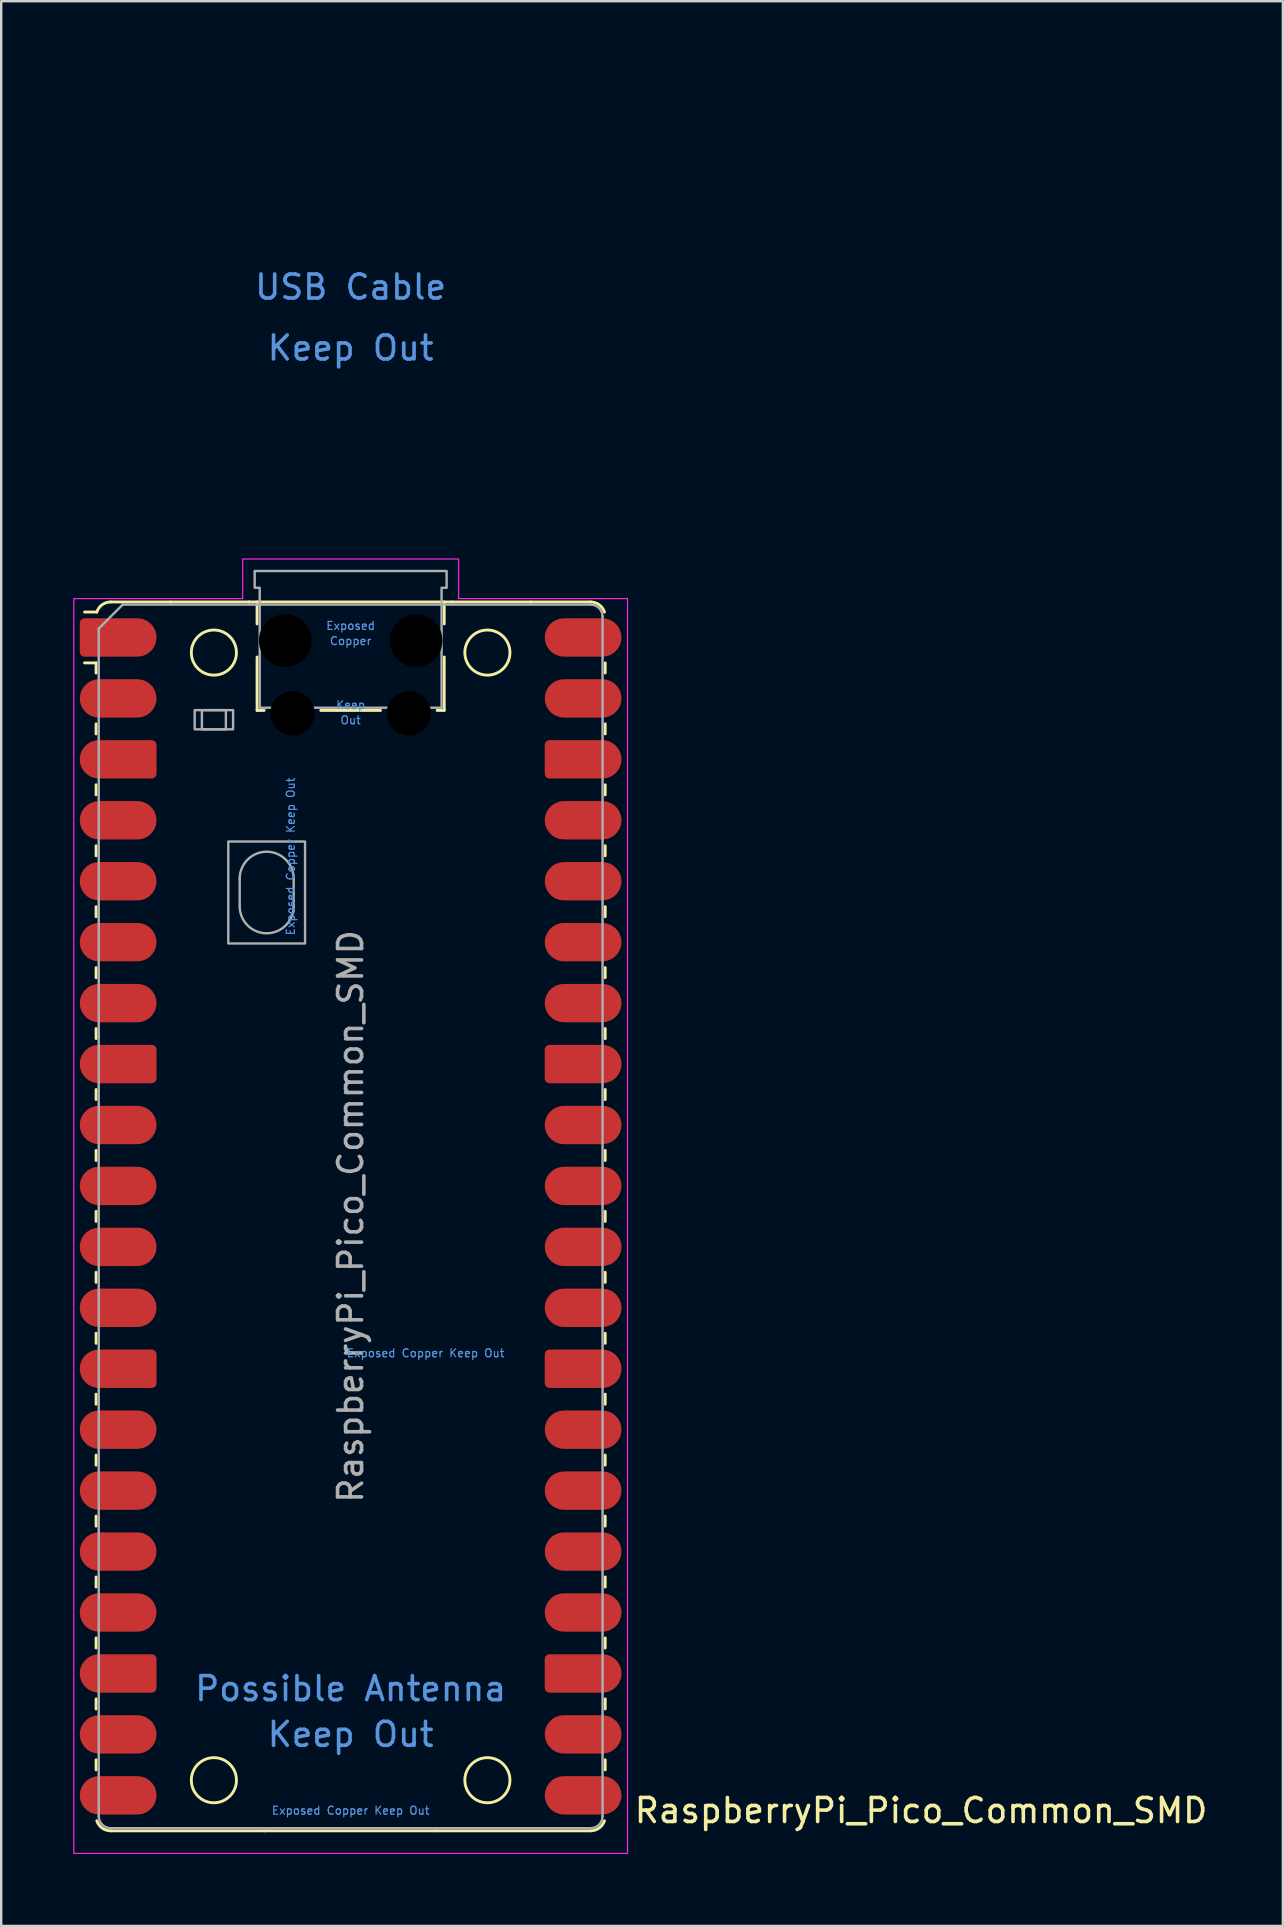
<source format=kicad_pcb>
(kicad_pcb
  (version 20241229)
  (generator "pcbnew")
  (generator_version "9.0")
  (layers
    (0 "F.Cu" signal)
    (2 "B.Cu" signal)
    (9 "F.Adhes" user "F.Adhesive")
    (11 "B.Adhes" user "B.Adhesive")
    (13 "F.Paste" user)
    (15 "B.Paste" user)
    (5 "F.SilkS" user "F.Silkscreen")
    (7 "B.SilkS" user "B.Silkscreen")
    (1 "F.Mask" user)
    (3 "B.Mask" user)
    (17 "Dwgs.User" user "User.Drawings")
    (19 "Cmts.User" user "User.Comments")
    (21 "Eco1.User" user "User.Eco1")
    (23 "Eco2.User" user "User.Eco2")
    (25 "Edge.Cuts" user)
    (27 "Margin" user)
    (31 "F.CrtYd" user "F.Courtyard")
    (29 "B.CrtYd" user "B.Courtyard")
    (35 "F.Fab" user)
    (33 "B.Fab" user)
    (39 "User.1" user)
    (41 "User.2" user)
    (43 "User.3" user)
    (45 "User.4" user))
  (footprint "RaspberryPi_Pico_Common_SMD"
    (layer "F.Cu")
    (at 11.565 47.65)
    (property "Reference" "RaspberryPi_Pico_Common_SMD" (at 11.748 24.765 0) (unlocked yes) (layer "F.SilkS") (effects (font (size 1 1) (thickness 0.15)) (justify left)))
    (attr smd)
    (fp_line (start -10.61 -23.07) (end -11.09 -23.07) (stroke (width 0.12) (type solid)) (layer "F.SilkS"))
    (fp_line (start -10.61 -23.07) (end -10.61 -22.65) (stroke (width 0.12) (type solid)) (layer "F.SilkS"))
    (fp_line (start -10.61 -20.53) (end -10.61 -20.11) (stroke (width 0.12) (type solid)) (layer "F.SilkS"))
    (fp_line (start -10.61 -17.99) (end -10.61 -17.57) (stroke (width 0.12) (type solid)) (layer "F.SilkS"))
    (fp_line (start -10.61 -15.45) (end -10.61 -15.03) (stroke (width 0.12) (type solid)) (layer "F.SilkS"))
    (fp_line (start -10.61 -12.91) (end -10.61 -12.49) (stroke (width 0.12) (type solid)) (layer "F.SilkS"))
    (fp_line (start -10.61 -10.37) (end -10.61 -9.95) (stroke (width 0.12) (type solid)) (layer "F.SilkS"))
    (fp_line (start -10.61 -7.83) (end -10.61 -7.41) (stroke (width 0.12) (type solid)) (layer "F.SilkS"))
    (fp_line (start -10.61 -5.29) (end -10.61 -4.87) (stroke (width 0.12) (type solid)) (layer "F.SilkS"))
    (fp_line (start -10.61 -2.75) (end -10.61 -2.33) (stroke (width 0.12) (type solid)) (layer "F.SilkS"))
    (fp_line (start -10.61 -0.21) (end -10.61 0.21) (stroke (width 0.12) (type solid)) (layer "F.SilkS"))
    (fp_line (start -10.61 2.33) (end -10.61 2.75) (stroke (width 0.12) (type solid)) (layer "F.SilkS"))
    (fp_line (start -10.61 4.87) (end -10.61 5.29) (stroke (width 0.12) (type solid)) (layer "F.SilkS"))
    (fp_line (start -10.61 7.41) (end -10.61 7.83) (stroke (width 0.12) (type solid)) (layer "F.SilkS"))
    (fp_line (start -10.61 9.95) (end -10.61 10.37) (stroke (width 0.12) (type solid)) (layer "F.SilkS"))
    (fp_line (start -10.61 12.49) (end -10.61 12.91) (stroke (width 0.12) (type solid)) (layer "F.SilkS"))
    (fp_line (start -10.61 15.03) (end -10.61 15.45) (stroke (width 0.12) (type solid)) (layer "F.SilkS"))
    (fp_line (start -10.61 17.57) (end -10.61 17.99) (stroke (width 0.12) (type solid)) (layer "F.SilkS"))
    (fp_line (start -10.61 20.11) (end -10.61 20.53) (stroke (width 0.12) (type solid)) (layer "F.SilkS"))
    (fp_line (start -10.61 22.65) (end -10.61 23.07) (stroke (width 0.12) (type solid)) (layer "F.SilkS"))
    (fp_line (start -10.58 -25.19) (end -11.09 -25.19) (stroke (width 0.12) (type solid)) (layer "F.SilkS"))
    (fp_line (start -10 -25.61) (end -7.51 -25.61) (stroke (width 0.12) (type solid)) (layer "F.SilkS"))
    (fp_line (start -10 25.61) (end -3.6 25.61) (stroke (width 0.12) (type solid)) (layer "F.SilkS"))
    (fp_line (start -7.51 -25.61) (end -4.235 -25.61) (stroke (width 0.12) (type solid)) (layer "F.SilkS"))
    (fp_line (start -4.235 -25.61) (end 4.235 -25.61) (stroke (width 0.12) (type solid)) (layer "F.SilkS"))
    (fp_line (start -3.9 -25.61) (end -3.9 -24.694) (stroke (width 0.12) (type solid)) (layer "F.SilkS"))
    (fp_line (start -3.9 -23.315) (end -3.9 -21.09) (stroke (width 0.12) (type solid)) (layer "F.SilkS"))
    (fp_line (start -3.9 -21.09) (end -3.604 -21.09) (stroke (width 0.12) (type solid)) (layer "F.SilkS"))
    (fp_line (start -1.246 -21.09) (end 1.246 -21.09) (stroke (width 0.12) (type solid)) (layer "F.SilkS"))
    (fp_line (start 3.6 25.61) (end -3.6 25.61) (stroke (width 0.12) (type solid)) (layer "F.SilkS"))
    (fp_line (start 3.6 25.61) (end 10 25.61) (stroke (width 0.12) (type solid)) (layer "F.SilkS"))
    (fp_line (start 3.604 -21.09) (end 3.9 -21.09) (stroke (width 0.12) (type solid)) (layer "F.SilkS"))
    (fp_line (start 3.9 -25.61) (end 3.9 -24.694) (stroke (width 0.12) (type solid)) (layer "F.SilkS"))
    (fp_line (start 3.9 -23.315) (end 3.9 -21.09) (stroke (width 0.12) (type solid)) (layer "F.SilkS"))
    (fp_line (start 4.235 -25.61) (end 7.51 -25.61) (stroke (width 0.12) (type solid)) (layer "F.SilkS"))
    (fp_line (start 10 -25.61) (end 7.51 -25.61) (stroke (width 0.12) (type solid)) (layer "F.SilkS"))
    (fp_line (start 10.61 -23.07) (end 10.61 -22.65) (stroke (width 0.12) (type solid)) (layer "F.SilkS"))
    (fp_line (start 10.61 -20.53) (end 10.61 -20.11) (stroke (width 0.12) (type solid)) (layer "F.SilkS"))
    (fp_line (start 10.61 -17.99) (end 10.61 -17.57) (stroke (width 0.12) (type solid)) (layer "F.SilkS"))
    (fp_line (start 10.61 -15.45) (end 10.61 -15.03) (stroke (width 0.12) (type solid)) (layer "F.SilkS"))
    (fp_line (start 10.61 -12.91) (end 10.61 -12.49) (stroke (width 0.12) (type solid)) (layer "F.SilkS"))
    (fp_line (start 10.61 -10.37) (end 10.61 -9.95) (stroke (width 0.12) (type solid)) (layer "F.SilkS"))
    (fp_line (start 10.61 -7.83) (end 10.61 -7.41) (stroke (width 0.12) (type solid)) (layer "F.SilkS"))
    (fp_line (start 10.61 -5.29) (end 10.61 -4.87) (stroke (width 0.12) (type solid)) (layer "F.SilkS"))
    (fp_line (start 10.61 -2.75) (end 10.61 -2.33) (stroke (width 0.12) (type solid)) (layer "F.SilkS"))
    (fp_line (start 10.61 -0.21) (end 10.61 0.21) (stroke (width 0.12) (type solid)) (layer "F.SilkS"))
    (fp_line (start 10.61 2.33) (end 10.61 2.75) (stroke (width 0.12) (type solid)) (layer "F.SilkS"))
    (fp_line (start 10.61 4.87) (end 10.61 5.29) (stroke (width 0.12) (type solid)) (layer "F.SilkS"))
    (fp_line (start 10.61 7.41) (end 10.61 7.83) (stroke (width 0.12) (type solid)) (layer "F.SilkS"))
    (fp_line (start 10.61 9.95) (end 10.61 10.37) (stroke (width 0.12) (type solid)) (layer "F.SilkS"))
    (fp_line (start 10.61 12.49) (end 10.61 12.91) (stroke (width 0.12) (type solid)) (layer "F.SilkS"))
    (fp_line (start 10.61 15.03) (end 10.61 15.45) (stroke (width 0.12) (type solid)) (layer "F.SilkS"))
    (fp_line (start 10.61 17.57) (end 10.61 17.99) (stroke (width 0.12) (type solid)) (layer "F.SilkS"))
    (fp_line (start 10.61 20.11) (end 10.61 20.53) (stroke (width 0.12) (type solid)) (layer "F.SilkS"))
    (fp_line (start 10.61 22.65) (end 10.61 23.07) (stroke (width 0.12) (type solid)) (layer "F.SilkS"))
    (fp_arc (start -10.579676 -25.19) (mid -10.357938 -25.493944) (end -10 -25.61) (stroke (width 0.12) (type solid)) (layer "F.SilkS"))
    (fp_arc (start -10 25.61) (mid -10.357937 25.493944) (end -10.579676 25.189937) (stroke (width 0.12) (type solid)) (layer "F.SilkS"))
    (fp_arc (start 10 -25.61) (mid 10.357937 -25.493944) (end 10.579676 -25.189937) (stroke (width 0.12) (type solid)) (layer "F.SilkS"))
    (fp_arc (start 10.579676 25.189937) (mid 10.357946 25.493957) (end 10 25.61) (stroke (width 0.12) (type solid)) (layer "F.SilkS"))
    (fp_circle (center -5.7 -23.5) (end -4.76 -23.5) (stroke (width 0.12) (type solid)) (fill no) (layer "F.SilkS"))
    (fp_circle (center -5.7 23.5) (end -4.76 23.5) (stroke (width 0.12) (type solid)) (fill no) (layer "F.SilkS"))
    (fp_circle (center 5.7 -23.5) (end 6.64 -23.5) (stroke (width 0.12) (type solid)) (fill no) (layer "F.SilkS"))
    (fp_circle (center 5.7 23.5) (end 6.64 23.5) (stroke (width 0.12) (type solid)) (fill no) (layer "F.SilkS"))
    (fp_poly (pts (xy -4.5 -27.4) (xy 4.5 -27.4) (xy 4.5 -25.75) (xy 11.54 -25.75) (xy 11.54 26.55) (xy -11.54 26.55) (xy -11.54 -25.75) (xy -4.5 -25.75)) (stroke (width 0.05) (type solid)) (fill no) (layer "F.CrtYd"))
    (fp_line (start -10.5 -24.5) (end -9.5 -25.5) (stroke (width 0.1) (type solid)) (layer "F.Fab"))
    (fp_line (start -10.5 25) (end -10.5 -24.5) (stroke (width 0.1) (type solid)) (layer "F.Fab"))
    (fp_line (start -9.5 -25.5) (end 10 -25.5) (stroke (width 0.1) (type solid)) (layer "F.Fab"))
    (fp_line (start -4.625 -14.075) (end -4.625 -12.925) (stroke (width 0.1) (type solid)) (layer "F.Fab"))
    (fp_line (start -2.375 -14.075) (end -2.375 -12.925) (stroke (width 0.1) (type solid)) (layer "F.Fab"))
    (fp_line (start 10 25.5) (end -10 25.5) (stroke (width 0.1) (type solid)) (layer "F.Fab"))
    (fp_line (start 10.5 -25) (end 10.5 25) (stroke (width 0.1) (type solid)) (layer "F.Fab"))
    (fp_rect (start -6.5 -21.1) (end -4.9 -20.3) (stroke (width 0.1) (type solid)) (fill no) (layer "F.Fab"))
    (fp_rect (start -6.2 -21.1) (end -5.2 -20.3) (stroke (width 0.1) (type solid)) (fill no) (layer "F.Fab"))
    (fp_rect (start -5.1 -15.625) (end -1.9 -11.375) (stroke (width 0.1) (type solid)) (fill no) (layer "F.Fab"))
    (fp_arc (start -10 25.5) (mid -10.353553 25.353553) (end -10.5 25) (stroke (width 0.1) (type solid)) (layer "F.Fab"))
    (fp_arc (start -4.625 -14.075) (mid -3.5 -15.2) (end -2.375 -14.075) (stroke (width 0.1) (type solid)) (layer "F.Fab"))
    (fp_arc (start -2.375 -12.925) (mid -3.5 -11.8) (end -4.625 -12.925) (stroke (width 0.1) (type solid)) (layer "F.Fab"))
    (fp_arc (start 10 -25.5) (mid 10.353553 -25.353553) (end 10.5 -25) (stroke (width 0.1) (type solid)) (layer "F.Fab"))
    (fp_arc (start 10.5 25) (mid 10.353553 25.353553) (end 10 25.5) (stroke (width 0.1) (type solid)) (layer "F.Fab"))
    (fp_poly (pts (xy 3.79 -21.2) (xy 3.79 -26.2) (xy 4 -26.2) (xy 4 -26.9) (xy -4 -26.9) (xy -4 -26.2) (xy -3.79 -26.2) (xy -3.79 -21.2)) (stroke (width 0.1) (type solid)) (fill no) (layer "F.Fab"))
    (fp_text user "Exposed Copper Keep Out" (at 0 24.765 0) (unlocked yes) (layer "Cmts.User") (effects (font (size 0.333 0.333) (thickness 0.05))))
    (fp_text user "Exposed" (at 0 -24.617 0) (unlocked yes) (layer "Cmts.User") (effects (font (size 0.333 0.333) (thickness 0.05))))
    (fp_text user "Keep Out" (at 0 21.59 0) (unlocked yes) (layer "Cmts.User") (effects (font (size 1 1) (thickness 0.15))))
    (fp_text user "Exposed Copper Keep Out" (at -2.5 -15 90) (unlocked yes) (layer "Cmts.User") (effects (font (size 0.333 0.333) (thickness 0.05))))
    (fp_text user "Possible Antenna" (at 0 19.685 0) (unlocked yes) (layer "Cmts.User") (effects (font (size 1 1) (thickness 0.15))))
    (fp_text user "USB Cable" (at 0 -38.735 0) (unlocked yes) (layer "Cmts.User") (effects (font (size 1 1) (thickness 0.15))))
    (fp_text user "Keep" (at 0 -21.317 0) (unlocked yes) (layer "Cmts.User") (effects (font (size 0.333 0.333) (thickness 0.05))))
    (fp_text user "Out" (at 0 -20.683 0) (unlocked yes) (layer "Cmts.User") (effects (font (size 0.333 0.333) (thickness 0.05))))
    (fp_text user "Copper" (at 0 -23.983 0) (unlocked yes) (layer "Cmts.User") (effects (font (size 0.333 0.333) (thickness 0.05))))
    (fp_text user "Exposed Copper Keep Out" (at 3.124 5.7 0) (unlocked yes) (layer "Cmts.User") (effects (font (size 0.333 0.333) (thickness 0.05))))
    (fp_text user "Keep Out" (at 0 -36.195 0) (unlocked yes) (layer "Cmts.User") (effects (font (size 1 1) (thickness 0.15))))
    (fp_text user "${REFERENCE}" (at 0 0 90) (layer "F.Fab") (effects (font (size 1 1) (thickness 0.15))))
    (pad "" np_thru_hole circle (at -2.725 -24) (size 2.2 2.2) (drill 2.2) (layers "*.Mask"))
    (pad "" np_thru_hole circle (at -2.425 -20.97) (size 1.85 1.85) (drill 1.85) (layers "*.Mask"))
    (pad "" np_thru_hole circle (at 2.425 -20.97) (size 1.85 1.85) (drill 1.85) (layers "*.Mask"))
    (pad "" np_thru_hole circle (at 2.725 -24) (size 2.2 2.2) (drill 2.2) (layers "*.Mask"))
    (pad "1" smd custom (at -8.89 -24.13) (size 1.6 1.6) (layers "F.Cu" "F.Mask" "F.Paste") (options (anchor circle)) (primitives (gr_poly (pts (xy -2.4 0.6) (xy -2.4 -0.6) (xy -2.2 -0.8) (xy 0 -0.8) (xy 0 0.8) (xy -2.2 0.8)) (width 0) (fill yes)) (gr_circle (center -2.2 0.6) (end -2 0.6) (width 0) (fill yes)) (gr_circle (center -2.2 -0.6) (end -2 -0.6) (width 0) (fill yes))))
    (pad "2" smd roundrect (at -8.89 -21.59) (size 3.2 1.6) (drill (offset -0.8 0)) (layers "F.Cu" "F.Mask" "F.Paste") (roundrect_rratio 0.5))
    (pad "3" smd custom (at -8.89 -19.05) (size 1.6 1.6) (layers "F.Cu" "F.Mask" "F.Paste") (options (anchor circle)) (primitives (gr_poly (pts (xy 0.8 -0.6) (xy 0.8 0.6) (xy 0.6 0.8) (xy -1.6 0.8) (xy -1.6 -0.8) (xy 0.6 -0.8)) (width 0) (fill yes)) (gr_circle (center 0.6 0.6) (end 0.8 0.6) (width 0) (fill yes)) (gr_circle (center 0.6 -0.6) (end 0.8 -0.6) (width 0) (fill yes)) (gr_circle (center -1.6 0) (end -0.8 0) (width 0) (fill yes))))
    (pad "4" smd roundrect (at -8.89 -16.51) (size 3.2 1.6) (drill (offset -0.8 0)) (layers "F.Cu" "F.Mask" "F.Paste") (roundrect_rratio 0.5))
    (pad "5" smd roundrect (at -8.89 -13.97) (size 3.2 1.6) (drill (offset -0.8 0)) (layers "F.Cu" "F.Mask" "F.Paste") (roundrect_rratio 0.5))
    (pad "6" smd roundrect (at -8.89 -11.43) (size 3.2 1.6) (drill (offset -0.8 0)) (layers "F.Cu" "F.Mask" "F.Paste") (roundrect_rratio 0.5))
    (pad "7" smd roundrect (at -8.89 -8.89) (size 3.2 1.6) (drill (offset -0.8 0)) (layers "F.Cu" "F.Mask" "F.Paste") (roundrect_rratio 0.5))
    (pad "8" smd custom (at -8.89 -6.35) (size 1.6 1.6) (layers "F.Cu" "F.Mask" "F.Paste") (options (anchor circle)) (primitives (gr_poly (pts (xy 0.8 -0.6) (xy 0.8 0.6) (xy 0.6 0.8) (xy -1.6 0.8) (xy -1.6 -0.8) (xy 0.6 -0.8)) (width 0) (fill yes)) (gr_circle (center 0.6 0.6) (end 0.8 0.6) (width 0) (fill yes)) (gr_circle (center 0.6 -0.6) (end 0.8 -0.6) (width 0) (fill yes)) (gr_circle (center -1.6 0) (end -0.8 0) (width 0) (fill yes))))
    (pad "9" smd roundrect (at -8.89 -3.81) (size 3.2 1.6) (drill (offset -0.8 0)) (layers "F.Cu" "F.Mask" "F.Paste") (roundrect_rratio 0.5))
    (pad "10" smd roundrect (at -8.89 -1.27) (size 3.2 1.6) (drill (offset -0.8 0)) (layers "F.Cu" "F.Mask" "F.Paste") (roundrect_rratio 0.5))
    (pad "11" smd roundrect (at -8.89 1.27) (size 3.2 1.6) (drill (offset -0.8 0)) (layers "F.Cu" "F.Mask" "F.Paste") (roundrect_rratio 0.5))
    (pad "12" smd roundrect (at -8.89 3.81) (size 3.2 1.6) (drill (offset -0.8 0)) (layers "F.Cu" "F.Mask" "F.Paste") (roundrect_rratio 0.5))
    (pad "13" smd custom (at -8.89 6.35) (size 1.6 1.6) (layers "F.Cu" "F.Mask" "F.Paste") (options (anchor circle)) (primitives (gr_poly (pts (xy 0.8 -0.6) (xy 0.8 0.6) (xy 0.6 0.8) (xy -1.6 0.8) (xy -1.6 -0.8) (xy 0.6 -0.8)) (width 0) (fill yes)) (gr_circle (center 0.6 0.6) (end 0.8 0.6) (width 0) (fill yes)) (gr_circle (center 0.6 -0.6) (end 0.8 -0.6) (width 0) (fill yes)) (gr_circle (center -1.6 0) (end -0.8 0) (width 0) (fill yes))))
    (pad "14" smd roundrect (at -8.89 8.89) (size 3.2 1.6) (drill (offset -0.8 0)) (layers "F.Cu" "F.Mask" "F.Paste") (roundrect_rratio 0.5))
    (pad "15" smd roundrect (at -8.89 11.43) (size 3.2 1.6) (drill (offset -0.8 0)) (layers "F.Cu" "F.Mask" "F.Paste") (roundrect_rratio 0.5))
    (pad "16" smd roundrect (at -8.89 13.97) (size 3.2 1.6) (drill (offset -0.8 0)) (layers "F.Cu" "F.Mask" "F.Paste") (roundrect_rratio 0.5))
    (pad "17" smd roundrect (at -8.89 16.51) (size 3.2 1.6) (drill (offset -0.8 0)) (layers "F.Cu" "F.Mask" "F.Paste") (roundrect_rratio 0.5))
    (pad "18" smd custom (at -8.89 19.05) (size 1.6 1.6) (layers "F.Cu" "F.Mask" "F.Paste") (options (anchor circle)) (primitives (gr_poly (pts (xy 0.8 -0.6) (xy 0.8 0.6) (xy 0.6 0.8) (xy -1.6 0.8) (xy -1.6 -0.8) (xy 0.6 -0.8)) (width 0) (fill yes)) (gr_circle (center 0.6 0.6) (end 0.8 0.6) (width 0) (fill yes)) (gr_circle (center 0.6 -0.6) (end 0.8 -0.6) (width 0) (fill yes)) (gr_circle (center -1.6 0) (end -0.8 0) (width 0) (fill yes))))
    (pad "19" smd roundrect (at -8.89 21.59) (size 3.2 1.6) (drill (offset -0.8 0)) (layers "F.Cu" "F.Mask" "F.Paste") (roundrect_rratio 0.5))
    (pad "20" smd roundrect (at -8.89 24.13) (size 3.2 1.6) (drill (offset -0.8 0)) (layers "F.Cu" "F.Mask" "F.Paste") (roundrect_rratio 0.5))
    (pad "21" smd roundrect (at 8.89 24.13) (size 3.2 1.6) (drill (offset 0.8 0)) (layers "F.Cu" "F.Mask" "F.Paste") (roundrect_rratio 0.5))
    (pad "22" smd roundrect (at 8.89 21.59) (size 3.2 1.6) (drill (offset 0.8 0)) (layers "F.Cu" "F.Mask" "F.Paste") (roundrect_rratio 0.5))
    (pad "23" smd custom (at 8.89 19.05) (size 1.6 1.6) (layers "F.Cu" "F.Mask" "F.Paste") (options (anchor circle)) (primitives (gr_poly (pts (xy -0.8 -0.6) (xy -0.8 0.6) (xy -0.6 0.8) (xy 1.6 0.8) (xy 1.6 -0.8) (xy -0.6 -0.8)) (width 0) (fill yes)) (gr_circle (center -0.6 0.6) (end -0.4 0.6) (width 0) (fill yes)) (gr_circle (center -0.6 -0.6) (end -0.4 -0.6) (width 0) (fill yes)) (gr_circle (center 1.6 0) (end 2.4 0) (width 0) (fill yes))))
    (pad "24" smd roundrect (at 8.89 16.51) (size 3.2 1.6) (drill (offset 0.8 0)) (layers "F.Cu" "F.Mask" "F.Paste") (roundrect_rratio 0.5))
    (pad "25" smd roundrect (at 8.89 13.97) (size 3.2 1.6) (drill (offset 0.8 0)) (layers "F.Cu" "F.Mask" "F.Paste") (roundrect_rratio 0.5))
    (pad "26" smd roundrect (at 8.89 11.43) (size 3.2 1.6) (drill (offset 0.8 0)) (layers "F.Cu" "F.Mask" "F.Paste") (roundrect_rratio 0.5))
    (pad "27" smd roundrect (at 8.89 8.89) (size 3.2 1.6) (drill (offset 0.8 0)) (layers "F.Cu" "F.Mask" "F.Paste") (roundrect_rratio 0.5))
    (pad "28" smd custom (at 8.89 6.35) (size 1.6 1.6) (layers "F.Cu" "F.Mask" "F.Paste") (options (anchor circle)) (primitives (gr_poly (pts (xy -0.8 -0.6) (xy -0.8 0.6) (xy -0.6 0.8) (xy 1.6 0.8) (xy 1.6 -0.8) (xy -0.6 -0.8)) (width 0) (fill yes)) (gr_circle (center -0.6 0.6) (end -0.4 0.6) (width 0) (fill yes)) (gr_circle (center -0.6 -0.6) (end -0.4 -0.6) (width 0) (fill yes)) (gr_circle (center 1.6 0) (end 2.4 0) (width 0) (fill yes))))
    (pad "29" smd roundrect (at 8.89 3.81) (size 3.2 1.6) (drill (offset 0.8 0)) (layers "F.Cu" "F.Mask" "F.Paste") (roundrect_rratio 0.5))
    (pad "30" smd roundrect (at 8.89 1.27) (size 3.2 1.6) (drill (offset 0.8 0)) (layers "F.Cu" "F.Mask" "F.Paste") (roundrect_rratio 0.5))
    (pad "31" smd roundrect (at 8.89 -1.27) (size 3.2 1.6) (drill (offset 0.8 0)) (layers "F.Cu" "F.Mask" "F.Paste") (roundrect_rratio 0.5))
    (pad "32" smd roundrect (at 8.89 -3.81) (size 3.2 1.6) (drill (offset 0.8 0)) (layers "F.Cu" "F.Mask" "F.Paste") (roundrect_rratio 0.5))
    (pad "33" smd custom (at 8.89 -6.35) (size 1.6 1.6) (layers "F.Cu" "F.Mask" "F.Paste") (options (anchor circle)) (primitives (gr_poly (pts (xy -0.8 -0.6) (xy -0.8 0.6) (xy -0.6 0.8) (xy 1.6 0.8) (xy 1.6 -0.8) (xy -0.6 -0.8)) (width 0) (fill yes)) (gr_circle (center -0.6 0.6) (end -0.4 0.6) (width 0) (fill yes)) (gr_circle (center -0.6 -0.6) (end -0.4 -0.6) (width 0) (fill yes)) (gr_circle (center 1.6 0) (end 2.4 0) (width 0) (fill yes))))
    (pad "34" smd roundrect (at 8.89 -8.89) (size 3.2 1.6) (drill (offset 0.8 0)) (layers "F.Cu" "F.Mask" "F.Paste") (roundrect_rratio 0.5))
    (pad "35" smd roundrect (at 8.89 -11.43) (size 3.2 1.6) (drill (offset 0.8 0)) (layers "F.Cu" "F.Mask" "F.Paste") (roundrect_rratio 0.5))
    (pad "36" smd roundrect (at 8.89 -13.97) (size 3.2 1.6) (drill (offset 0.8 0)) (layers "F.Cu" "F.Mask" "F.Paste") (roundrect_rratio 0.5))
    (pad "37" smd roundrect (at 8.89 -16.51) (size 3.2 1.6) (drill (offset 0.8 0)) (layers "F.Cu" "F.Mask" "F.Paste") (roundrect_rratio 0.5))
    (pad "38" smd custom (at 8.89 -19.05) (size 1.6 1.6) (layers "F.Cu" "F.Mask" "F.Paste") (options (anchor circle)) (primitives (gr_poly (pts (xy -0.8 -0.6) (xy -0.8 0.6) (xy -0.6 0.8) (xy 1.6 0.8) (xy 1.6 -0.8) (xy -0.6 -0.8)) (width 0) (fill yes)) (gr_circle (center -0.6 0.6) (end -0.4 0.6) (width 0) (fill yes)) (gr_circle (center -0.6 -0.6) (end -0.4 -0.6) (width 0) (fill yes)) (gr_circle (center 1.6 0) (end 2.4 0) (width 0) (fill yes))))
    (pad "39" smd roundrect (at 8.89 -21.59) (size 3.2 1.6) (drill (offset 0.8 0)) (layers "F.Cu" "F.Mask" "F.Paste") (roundrect_rratio 0.5))
    (pad "40" smd roundrect (at 8.89 -24.13) (size 3.2 1.6) (drill (offset 0.8 0)) (layers "F.Cu" "F.Mask" "F.Paste") (roundrect_rratio 0.5))
    (zone (net_name "") (layers "F.Cu" "B.Cu" "F.Paste" "B.Paste") (name "Antenna Copper Keep Out") (hatch full 0.5) (connect_pads) (min_thickness 0.254) (filled_areas_thickness no) (keepout (tracks not_allowed) (vias not_allowed) (pads not_allowed) (copperpour not_allowed) (footprints allowed)) (placement (enabled no)) (fill) (polygon (pts (xy 9.165 72.64) (xy 4.465 68.99) (xy 4.465 64.65) (xy 18.665 64.65) (xy 18.665 68.99) (xy 13.965 72.64) (xy 13.965 73.65) (xy 9.165 73.65))))
    (zone (net_name "") (layers "F.Cu" "F.Paste") (name "Pad Keep Out D1-W") (hatch full 0.5) (connect_pads) (min_thickness 0.25) (filled_areas_thickness no) (keepout (tracks not_allowed) (vias not_allowed) (pads not_allowed) (copperpour not_allowed) (footprints allowed)) (placement (enabled no)) (fill) (polygon (pts (xy 11.194 52.45) (xy 11.249 52.395) (xy 11.322 52.365) (xy 11.362 52.363) (xy 12.149 52.363) (xy 12.149 54.337) (xy 11.362 54.337) (xy 11.322 54.335) (xy 11.249 54.305) (xy 11.194 54.25) (xy 11.164 54.177) (xy 11.162 54.137) (xy 11.162 52.563) (xy 11.164 52.523))))
    (zone (net_name "") (layers "F.Cu" "F.Paste") (name "Pad Keep Out D1-W") (hatch full 0.5) (connect_pads) (min_thickness 0.25) (filled_areas_thickness no) (keepout (tracks not_allowed) (vias not_allowed) (pads not_allowed) (copperpour not_allowed) (footprints allowed)) (placement (enabled no)) (fill) (polygon (pts (xy 12.937 54.337) (xy 12.149 54.337) (xy 12.149 52.363) (xy 12.937 52.363) (xy 12.976 52.365) (xy 13.049 52.395) (xy 13.104 52.45) (xy 13.135 52.523) (xy 13.136 52.563) (xy 13.136 54.137) (xy 13.135 54.177) (xy 13.104 54.25) (xy 13.049 54.305) (xy 12.976 54.335))))
    (zone (net_name "") (layers "F.Cu" "F.Paste") (name "Pad Keep Out TP4") (hatch full 0.5) (connect_pads) (min_thickness 0.25) (filled_areas_thickness no) (keepout (tracks not_allowed) (vias not_allowed) (pads not_allowed) (copperpour not_allowed) (footprints allowed)) (placement (enabled no)) (fill) (polygon (pts (xy 8.549 31.098) (xy 8.423 31.064) (xy 8.309 30.998) (xy 8.217 30.906) (xy 8.151 30.792) (xy 8.117 30.666) (xy 8.115 30.6) (xy 8.115 30.15) (xy 10.015 30.15) (xy 10.015 30.6) (xy 10.013 30.666) (xy 9.979 30.792) (xy 9.913 30.906) (xy 9.821 30.998) (xy 9.707 31.064) (xy 9.581 31.098) (xy 9.515 31.1) (xy 8.615 31.1))))
    (zone (net_name "") (layers "F.Cu" "F.Paste") (name "Pad Keep Out TP5") (hatch full 0.5) (connect_pads) (min_thickness 0.25) (filled_areas_thickness no) (keepout (tracks not_allowed) (vias not_allowed) (pads not_allowed) (copperpour not_allowed) (footprints allowed)) (placement (enabled no)) (fill) (polygon (pts (xy 8.549 33.598) (xy 8.423 33.564) (xy 8.309 33.498) (xy 8.217 33.406) (xy 8.151 33.292) (xy 8.117 33.166) (xy 8.115 33.1) (xy 8.115 32.65) (xy 10.015 32.65) (xy 10.015 33.1) (xy 10.013 33.166) (xy 9.979 33.292) (xy 9.913 33.406) (xy 9.821 33.498) (xy 9.707 33.564) (xy 9.581 33.598) (xy 9.515 33.6) (xy 8.615 33.6))))
    (zone (net_name "") (layers "F.Cu" "F.Paste") (name "Pad Keep Out TP6") (hatch full 0.5) (connect_pads) (min_thickness 0.25) (filled_areas_thickness no) (keepout (tracks not_allowed) (vias not_allowed) (pads not_allowed) (copperpour not_allowed) (footprints allowed)) (placement (enabled no)) (fill) (polygon (pts (xy 8.549 36.098) (xy 8.423 36.064) (xy 8.309 35.998) (xy 8.217 35.906) (xy 8.151 35.792) (xy 8.117 35.666) (xy 8.115 35.6) (xy 8.115 35.15) (xy 10.015 35.15) (xy 10.015 35.6) (xy 10.013 35.666) (xy 9.979 35.792) (xy 9.913 35.906) (xy 9.821 35.998) (xy 9.707 36.064) (xy 9.581 36.098) (xy 9.515 36.1) (xy 8.615 36.1))))
    (zone (net_name "") (layers "F.Cu" "F.Paste") (name "Pad Keep Out TP3") (hatch full 0.5) (connect_pads) (min_thickness 0.25) (filled_areas_thickness no) (keepout (tracks not_allowed) (vias not_allowed) (pads not_allowed) (copperpour not_allowed) (footprints allowed)) (placement (enabled no)) (fill) (polygon (pts (xy 9.617 22.834) (xy 9.651 22.708) (xy 9.717 22.594) (xy 9.809 22.502) (xy 9.923 22.436) (xy 10.049 22.402) (xy 10.115 22.4) (xy 10.565 22.4) (xy 10.565 24.3) (xy 10.115 24.3) (xy 10.049 24.298) (xy 9.923 24.264) (xy 9.809 24.198) (xy 9.717 24.106) (xy 9.651 23.992) (xy 9.617 23.866) (xy 9.615 23.8) (xy 9.615 22.9))))
    (zone (net_name "") (layers "F.Cu" "F.Paste") (name "Pad Keep Out TP4") (hatch full 0.5) (connect_pads) (min_thickness 0.25) (filled_areas_thickness no) (keepout (tracks not_allowed) (vias not_allowed) (pads not_allowed) (copperpour not_allowed) (footprints allowed)) (placement (enabled no)) (fill) (polygon (pts (xy 10.015 30.15) (xy 10.015 29.7) (xy 10.013 29.634) (xy 9.979 29.508) (xy 9.913 29.394) (xy 9.821 29.302) (xy 9.707 29.236) (xy 9.581 29.202) (xy 9.515 29.2) (xy 8.615 29.2) (xy 8.549 29.202) (xy 8.423 29.236) (xy 8.309 29.302) (xy 8.217 29.394) (xy 8.151 29.508) (xy 8.117 29.634) (xy 8.115 29.7) (xy 8.115 30.15))))
    (zone (net_name "") (layers "F.Cu" "F.Paste") (name "Pad Keep Out TP5") (hatch full 0.5) (connect_pads) (min_thickness 0.25) (filled_areas_thickness no) (keepout (tracks not_allowed) (vias not_allowed) (pads not_allowed) (copperpour not_allowed) (footprints allowed)) (placement (enabled no)) (fill) (polygon (pts (xy 10.015 32.65) (xy 10.015 32.2) (xy 10.013 32.134) (xy 9.979 32.008) (xy 9.913 31.894) (xy 9.821 31.802) (xy 9.707 31.736) (xy 9.581 31.702) (xy 9.515 31.7) (xy 8.615 31.7) (xy 8.549 31.702) (xy 8.423 31.736) (xy 8.309 31.802) (xy 8.217 31.894) (xy 8.151 32.008) (xy 8.117 32.134) (xy 8.115 32.2) (xy 8.115 32.65))))
    (zone (net_name "") (layers "F.Cu" "F.Paste") (name "Pad Keep Out TP6") (hatch full 0.5) (connect_pads) (min_thickness 0.25) (filled_areas_thickness no) (keepout (tracks not_allowed) (vias not_allowed) (pads not_allowed) (copperpour not_allowed) (footprints allowed)) (placement (enabled no)) (fill) (polygon (pts (xy 10.015 35.15) (xy 10.015 34.7) (xy 10.013 34.634) (xy 9.979 34.508) (xy 9.913 34.394) (xy 9.821 34.302) (xy 9.707 34.236) (xy 9.581 34.202) (xy 9.515 34.2) (xy 8.615 34.2) (xy 8.549 34.202) (xy 8.423 34.236) (xy 8.309 34.302) (xy 8.217 34.394) (xy 8.151 34.508) (xy 8.117 34.634) (xy 8.115 34.7) (xy 8.115 35.15))))
    (zone (net_name "") (layers "F.Cu" "F.Paste") (name "Pad Keep Out TP3") (hatch full 0.5) (connect_pads) (min_thickness 0.25) (filled_areas_thickness no) (keepout (tracks not_allowed) (vias not_allowed) (pads not_allowed) (copperpour not_allowed) (footprints allowed)) (placement (enabled no)) (fill) (polygon (pts (xy 10.565 24.3) (xy 11.015 24.3) (xy 11.081 24.298) (xy 11.207 24.264) (xy 11.321 24.198) (xy 11.413 24.106) (xy 11.479 23.992) (xy 11.513 23.866) (xy 11.515 23.8) (xy 11.515 22.9) (xy 11.513 22.834) (xy 11.479 22.708) (xy 11.413 22.594) (xy 11.321 22.502) (xy 11.207 22.436) (xy 11.081 22.402) (xy 11.015 22.4) (xy 10.565 22.4))))
    (zone (net_name "") (layers "F.Cu" "F.Paste") (name "Pad Keep Out TP1") (hatch full 0.5) (connect_pads) (min_thickness 0.25) (filled_areas_thickness no) (keepout (tracks not_allowed) (vias not_allowed) (pads not_allowed) (copperpour not_allowed) (footprints allowed)) (placement (enabled no)) (fill) (polygon (pts (xy 10.617 26.134) (xy 10.651 26.008) (xy 10.717 25.894) (xy 10.809 25.802) (xy 10.923 25.736) (xy 11.049 25.702) (xy 11.115 25.7) (xy 11.565 25.7) (xy 11.565 27.6) (xy 11.115 27.6) (xy 11.049 27.598) (xy 10.923 27.564) (xy 10.809 27.498) (xy 10.717 27.406) (xy 10.651 27.292) (xy 10.617 27.166) (xy 10.615 27.1) (xy 10.615 26.2))))
    (zone (net_name "") (layers "F.Cu" "F.Paste") (name "Pad Keep Out TP1") (hatch full 0.5) (connect_pads) (min_thickness 0.25) (filled_areas_thickness no) (keepout (tracks not_allowed) (vias not_allowed) (pads not_allowed) (copperpour not_allowed) (footprints allowed)) (placement (enabled no)) (fill) (polygon (pts (xy 11.565 27.6) (xy 12.015 27.6) (xy 12.081 27.598) (xy 12.207 27.564) (xy 12.321 27.498) (xy 12.413 27.406) (xy 12.479 27.292) (xy 12.513 27.166) (xy 12.515 27.1) (xy 12.515 26.2) (xy 12.513 26.134) (xy 12.479 26.008) (xy 12.413 25.894) (xy 12.321 25.802) (xy 12.207 25.736) (xy 12.081 25.702) (xy 12.015 25.7) (xy 11.565 25.7))))
    (zone (net_name "") (layers "F.Cu" "F.Paste") (name "Pad Keep Out TP2") (hatch full 0.5) (connect_pads) (min_thickness 0.25) (filled_areas_thickness no) (keepout (tracks not_allowed) (vias not_allowed) (pads not_allowed) (copperpour not_allowed) (footprints allowed)) (placement (enabled no)) (fill) (polygon (pts (xy 11.617 22.849) (xy 11.651 22.723) (xy 11.717 22.609) (xy 11.809 22.517) (xy 11.923 22.451) (xy 12.049 22.417) (xy 12.115 22.415) (xy 12.565 22.415) (xy 12.565 24.315) (xy 12.115 24.315) (xy 12.049 24.313) (xy 11.923 24.279) (xy 11.809 24.213) (xy 11.717 24.121) (xy 11.651 24.007) (xy 11.617 23.881) (xy 11.615 23.815) (xy 11.615 22.915))))
    (zone (net_name "") (layers "F.Cu" "F.Paste") (name "Pad Keep Out TP2") (hatch full 0.5) (connect_pads) (min_thickness 0.25) (filled_areas_thickness no) (keepout (tracks not_allowed) (vias not_allowed) (pads not_allowed) (copperpour not_allowed) (footprints allowed)) (placement (enabled no)) (fill) (polygon (pts (xy 12.565 24.315) (xy 13.015 24.315) (xy 13.081 24.313) (xy 13.207 24.279) (xy 13.321 24.213) (xy 13.413 24.121) (xy 13.479 24.007) (xy 13.513 23.881) (xy 13.515 23.815) (xy 13.515 22.915) (xy 13.513 22.849) (xy 13.479 22.723) (xy 13.413 22.609) (xy 13.321 22.517) (xy 13.207 22.451) (xy 13.081 22.417) (xy 13.015 22.415) (xy 12.565 22.415))))
    (zone (net_name "") (layers "F.Cu" "F.Paste") (name "Pad Keep Out D2") (hatch full 0.5) (connect_pads) (min_thickness 0.25) (filled_areas_thickness no) (keepout (tracks not_allowed) (vias not_allowed) (pads not_allowed) (copperpour not_allowed) (footprints allowed)) (placement (enabled no)) (fill) (polygon (pts (xy 10.965 70.55) (xy 11.565 70.55) (arc (start 11.565 74.15) (mid 10.857893 73.857107) (end 10.565 73.15)) (xy 10.565 70.95) (xy 10.567 70.887) (xy 10.606 70.767) (xy 10.68 70.665) (xy 10.782 70.591) (xy 10.902 70.552))))
    (zone (net_name "") (layers "F.Cu" "F.Paste") (name "Pad Keep Out D2") (hatch full 0.5) (connect_pads) (min_thickness 0.25) (filled_areas_thickness no) (keepout (tracks not_allowed) (vias not_allowed) (pads not_allowed) (copperpour not_allowed) (footprints allowed)) (placement (enabled no)) (fill) (polygon (pts (xy 12.165 70.55) (xy 12.228 70.552) (xy 12.348 70.591) (xy 12.45 70.665) (xy 12.524 70.767) (xy 12.563 70.887) (xy 12.565 70.95) (arc (start 12.565 73.15) (mid 12.272107 73.857107) (end 11.565 74.15)) (xy 11.565 70.55))))
    (zone (net_name "") (layers "F.Cu" "F.Paste") (name "Pad Keep Out D2-W") (hatch full 0.508) (connect_pads) (min_thickness 0.254) (filled_areas_thickness no) (keepout (tracks not_allowed) (vias not_allowed) (pads not_allowed) (copperpour not_allowed) (footprints allowed)) (placement (enabled no)) (fill) (polygon (pts (xy 15.681 53.35) (xy 15.662 53.157) (xy 15.606 52.972) (xy 15.516 52.801) (xy 15.393 52.651) (xy 15.244 52.527) (xy 15.074 52.435) (xy 14.889 52.378) (xy 14.696 52.358) (xy 14.503 52.375) (xy 14.317 52.43) (xy 14.146 52.52) (xy 13.995 52.641) (xy 13.87 52.789) (xy 13.777 52.959) (xy 13.719 53.144) (xy 13.697 53.336) (xy 13.713 53.529) (xy 13.767 53.715) (xy 13.855 53.887) (xy 13.975 54.039) (xy 14.123 54.165) (xy 14.292 54.259) (xy 14.476 54.319) (xy 14.668 54.342) (xy 14.861 54.327) (xy 15.048 54.275) (xy 15.221 54.188) (xy 15.373 54.069) (xy 15.5 53.922) (xy 15.595 53.754) (xy 15.657 53.57) (xy 15.681 53.378))))
    (zone (net_name "") (layers "F.Cu" "F.Paste") (name "Pad Keep Out D3-W") (hatch full 0.508) (connect_pads) (min_thickness 0.254) (filled_areas_thickness no) (keepout (tracks not_allowed) (vias not_allowed) (pads not_allowed) (copperpour not_allowed) (footprints allowed)) (placement (enabled no)) (fill) (polygon (pts (xy 18.221 53.35) (xy 18.202 53.157) (xy 18.146 52.972) (xy 18.056 52.801) (xy 17.933 52.651) (xy 17.784 52.527) (xy 17.614 52.435) (xy 17.429 52.378) (xy 17.236 52.358) (xy 17.043 52.375) (xy 16.857 52.43) (xy 16.686 52.52) (xy 16.535 52.641) (xy 16.41 52.789) (xy 16.317 52.959) (xy 16.259 53.144) (xy 16.237 53.336) (xy 16.253 53.529) (xy 16.307 53.715) (xy 16.395 53.887) (xy 16.515 54.039) (xy 16.663 54.165) (xy 16.832 54.259) (xy 17.016 54.319) (xy 17.208 54.342) (xy 17.401 54.327) (xy 17.588 54.275) (xy 17.761 54.188) (xy 17.913 54.069) (xy 18.04 53.922) (xy 18.136 53.754) (xy 18.197 53.57) (xy 18.221 53.378))))
    (zone (net_name "") (layers "F.Cu" "F.Paste") (name "Pad Keep Out D1") (hatch full 0.5) (connect_pads) (min_thickness 0.25) (filled_areas_thickness no) (keepout (tracks not_allowed) (vias not_allowed) (pads not_allowed) (copperpour not_allowed) (footprints allowed)) (placement (enabled no)) (fill) (polygon (pts (arc (start 8.025 73.15) (mid 8.317893 73.857107) (end 9.025 74.15)) (arc (start 9.025 70.55) (mid 8.317893 70.842893) (end 8.025 71.55)))))
    (zone (net_name "") (layers "F.Cu" "F.Paste") (name "Pad Keep Out D1") (hatch full 0.5) (connect_pads) (min_thickness 0.25) (filled_areas_thickness no) (keepout (tracks not_allowed) (vias not_allowed) (pads not_allowed) (copperpour not_allowed) (footprints allowed)) (placement (enabled no)) (fill) (polygon (pts (arc (start 9.025 74.15) (mid 9.732107 73.857107) (end 10.025 73.15)) (arc (start 10.025 71.55) (mid 9.732107 70.842893) (end 9.025 70.55)))))
    (zone (net_name "") (layers "F.Cu" "F.Paste") (name "Pad Keep Out D3") (hatch full 0.5) (connect_pads) (min_thickness 0.25) (filled_areas_thickness no) (keepout (tracks not_allowed) (vias not_allowed) (pads not_allowed) (copperpour not_allowed) (footprints allowed)) (placement (enabled no)) (fill) (polygon (pts (arc (start 13.105141 73.149925) (mid 13.398034 73.857032) (end 14.105141 74.149925)) (arc (start 14.105141 70.549925) (mid 13.398034 70.842818) (end 13.105141 71.549925)))))
    (zone (net_name "") (layers "F.Cu" "F.Paste") (name "Pad Keep Out D3") (hatch full 0.5) (connect_pads) (min_thickness 0.25) (filled_areas_thickness no) (keepout (tracks not_allowed) (vias not_allowed) (pads not_allowed) (copperpour not_allowed) (footprints allowed)) (placement (enabled no)) (fill) (polygon (pts (arc (start 14.105141 74.149925) (mid 14.812248 73.857032) (end 15.105141 73.149925)) (arc (start 15.105141 71.549925) (mid 14.812248 70.842818) (end 14.105141 70.549925)))))
    (zone (net_name "") (layer "Edge.Cuts") (name "Board Keep Out USB Cable") (hatch edge 0.5) (connect_pads) (min_thickness 0.254) (filled_areas_thickness no) (keepout (tracks allowed) (vias allowed) (pads allowed) (copperpour allowed) (footprints allowed)) (placement (enabled no)) (fill) (polygon (pts (xy 5.365 0) (xy 17.765 0) (xy 17.765 20.4) (xy 5.365 20.4))))
    (zone (net_name "") (layer "F.CrtYd") (name "USB Cable Keep Out") (hatch full 0.5) (connect_pads) (min_thickness 0.254) (filled_areas_thickness no) (keepout (tracks allowed) (vias allowed) (pads allowed) (copperpour allowed) (footprints not_allowed)) (placement (enabled no)) (fill) (polygon (pts (xy 5.815 19.95) (xy 7.625 19.95) (xy 7.625 20.25) (xy 15.505 20.25) (xy 15.505 19.95) (xy 17.315 19.95) (xy 17.315 0.45) (xy 5.815 0.45)))))
  (gr_rect
    (start -3 -3)
    (end 50.42 77.225)
    (stroke (width 0.1) (type default))
    (fill no)
    (layer "Edge.Cuts")))
</source>
